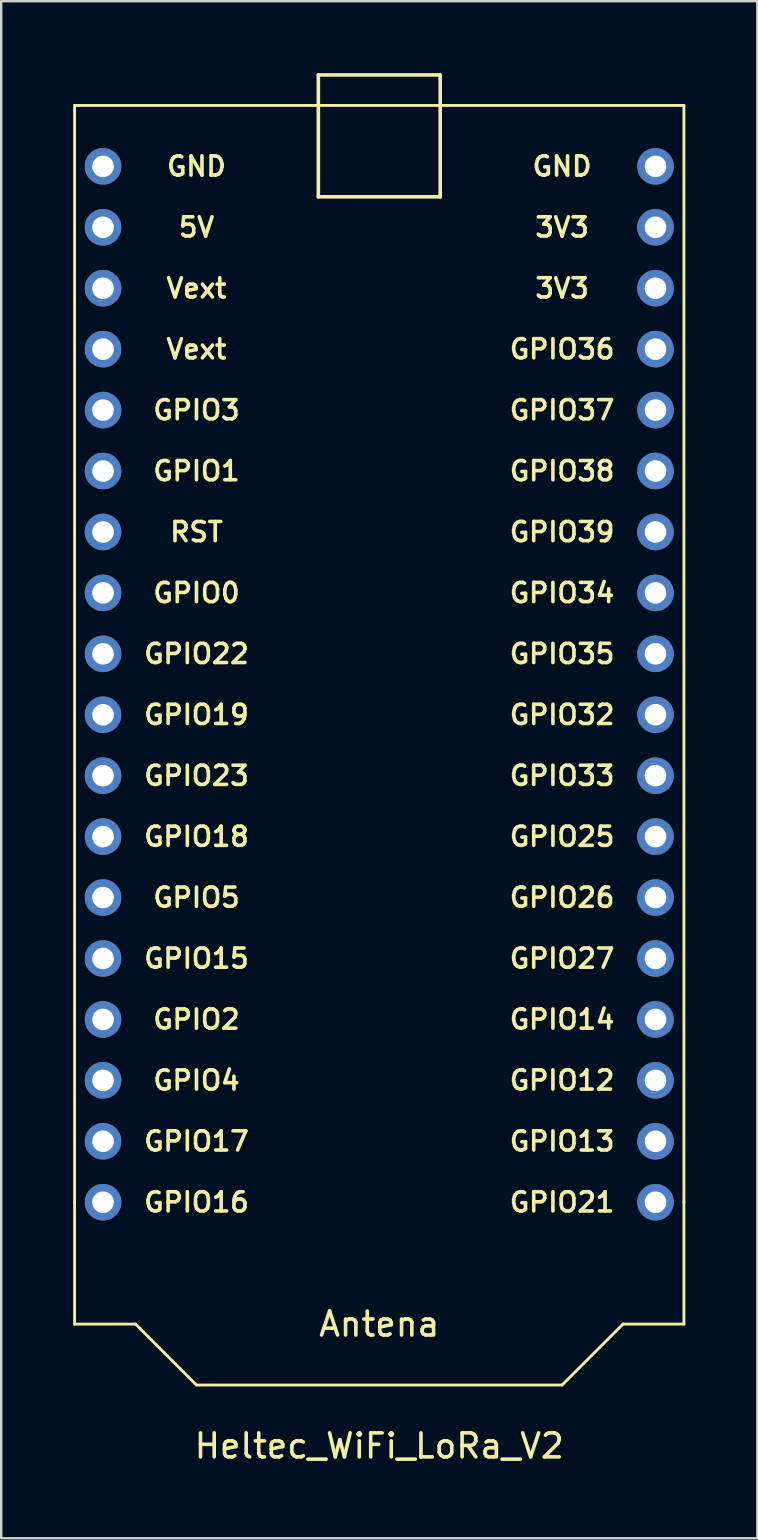
<source format=kicad_pcb>
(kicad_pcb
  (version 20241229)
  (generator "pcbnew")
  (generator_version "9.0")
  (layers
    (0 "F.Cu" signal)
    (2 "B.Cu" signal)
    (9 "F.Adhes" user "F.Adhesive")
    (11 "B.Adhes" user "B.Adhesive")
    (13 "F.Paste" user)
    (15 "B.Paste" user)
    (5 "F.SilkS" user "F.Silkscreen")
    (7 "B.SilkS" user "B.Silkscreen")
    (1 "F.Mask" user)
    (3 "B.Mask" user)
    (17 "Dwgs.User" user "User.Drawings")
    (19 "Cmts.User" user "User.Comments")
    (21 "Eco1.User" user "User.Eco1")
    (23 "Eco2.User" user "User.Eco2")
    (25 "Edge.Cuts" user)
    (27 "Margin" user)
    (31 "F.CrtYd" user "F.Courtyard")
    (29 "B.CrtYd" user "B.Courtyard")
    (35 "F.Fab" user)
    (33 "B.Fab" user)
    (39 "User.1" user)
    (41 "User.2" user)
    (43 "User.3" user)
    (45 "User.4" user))
  (footprint "Heltec_WiFi_LoRa_V2"
    (layer "F.Cu")
    (at 12.76 29.285)
    (property "Reference" "Heltec_WiFi_LoRa_V2" (at 0 27.94 0) (layer "F.SilkS") (effects (font (size 1 1) (thickness 0.15))))
    (attr through_hole)
    (fp_line (start -12.7 -27.94) (end -12.7 17.78) (stroke (width 0.12) (type solid)) (layer "F.SilkS"))
    (fp_line (start -12.7 -27.94) (end 12.7 -27.94) (stroke (width 0.12) (type solid)) (layer "F.SilkS"))
    (fp_line (start -12.7 17.78) (end -12.7 22.86) (stroke (width 0.12) (type solid)) (layer "F.SilkS"))
    (fp_line (start -12.7 22.86) (end -10.16 22.86) (stroke (width 0.12) (type solid)) (layer "F.SilkS"))
    (fp_line (start -10.16 22.86) (end -7.62 25.4) (stroke (width 0.12) (type solid)) (layer "F.SilkS"))
    (fp_line (start -7.62 25.4) (end 7.62 25.4) (stroke (width 0.12) (type solid)) (layer "F.SilkS"))
    (fp_line (start -2.54 -29.21) (end -2.54 -24.13) (stroke (width 0.15) (type solid)) (layer "F.SilkS"))
    (fp_line (start -2.54 -24.13) (end 2.54 -24.13) (stroke (width 0.15) (type solid)) (layer "F.SilkS"))
    (fp_line (start 2.54 -29.21) (end -2.54 -29.21) (stroke (width 0.15) (type solid)) (layer "F.SilkS"))
    (fp_line (start 2.54 -24.13) (end 2.54 -29.21) (stroke (width 0.15) (type solid)) (layer "F.SilkS"))
    (fp_line (start 7.62 25.4) (end 10.16 22.86) (stroke (width 0.12) (type solid)) (layer "F.SilkS"))
    (fp_line (start 10.16 22.86) (end 12.7 22.86) (stroke (width 0.12) (type solid)) (layer "F.SilkS"))
    (fp_line (start 12.7 17.78) (end 12.7 -27.94) (stroke (width 0.12) (type solid)) (layer "F.SilkS"))
    (fp_line (start 12.7 22.86) (end 12.7 17.78) (stroke (width 0.12) (type solid)) (layer "F.SilkS"))
    (fp_text user "GPIO33" (at 7.62 0 0) (layer "F.SilkS") (effects (font (size 0.8 0.8) (thickness 0.15))))
    (fp_text user "GPIO22" (at -7.62 -5.08 0) (layer "F.SilkS") (effects (font (size 0.8 0.8) (thickness 0.15))))
    (fp_text user "GPIO18" (at -7.62 2.54 0) (layer "F.SilkS") (effects (font (size 0.8 0.8) (thickness 0.15))))
    (fp_text user "GPIO13" (at 7.62 15.24 0) (layer "F.SilkS") (effects (font (size 0.8 0.8) (thickness 0.15))))
    (fp_text user "3V3" (at 7.62 -22.86 0) (layer "F.SilkS") (effects (font (size 0.8 0.8) (thickness 0.15))))
    (fp_text user "Vext" (at -7.62 -17.78 0) (layer "F.SilkS") (effects (font (size 0.8 0.8) (thickness 0.15))))
    (fp_text user "GPIO35" (at 7.62 -5.08 0) (layer "F.SilkS") (effects (font (size 0.8 0.8) (thickness 0.15))))
    (fp_text user "GPIO0" (at -7.62 -7.62 0) (layer "F.SilkS") (effects (font (size 0.8 0.8) (thickness 0.15))))
    (fp_text user "GPIO16" (at -7.62 17.78 0) (layer "F.SilkS") (effects (font (size 0.8 0.8) (thickness 0.15))))
    (fp_text user "GND" (at -7.62 -25.4 0) (layer "F.SilkS") (effects (font (size 0.8 0.8) (thickness 0.15))))
    (fp_text user "GPIO36" (at 7.62 -17.78 0) (layer "F.SilkS") (effects (font (size 0.8 0.8) (thickness 0.15))))
    (fp_text user "GPIO39" (at 7.62 -10.16 0) (layer "F.SilkS") (effects (font (size 0.8 0.8) (thickness 0.15))))
    (fp_text user "Vext" (at -7.62 -20.32 0) (layer "F.SilkS") (effects (font (size 0.8 0.8) (thickness 0.15))))
    (fp_text user "GPIO37" (at 7.62 -15.24 0) (layer "F.SilkS") (effects (font (size 0.8 0.8) (thickness 0.15))))
    (fp_text user "Antena" (at 0 22.86 0) (layer "F.SilkS") (effects (font (size 1 1) (thickness 0.15))))
    (fp_text user "RST" (at -7.62 -10.16 0) (layer "F.SilkS") (effects (font (size 0.8 0.8) (thickness 0.15))))
    (fp_text user "GPIO19" (at -7.62 -2.54 0) (layer "F.SilkS") (effects (font (size 0.8 0.8) (thickness 0.15))))
    (fp_text user "GPIO38" (at 7.62 -12.7 0) (layer "F.SilkS") (effects (font (size 0.8 0.8) (thickness 0.15))))
    (fp_text user "GPIO25" (at 7.62 2.54 0) (layer "F.SilkS") (effects (font (size 0.8 0.8) (thickness 0.15))))
    (fp_text user "GPIO3" (at -7.62 -15.24 0) (layer "F.SilkS") (effects (font (size 0.8 0.8) (thickness 0.15))))
    (fp_text user "GPIO27" (at 7.62 7.62 0) (layer "F.SilkS") (effects (font (size 0.8 0.8) (thickness 0.15))))
    (fp_text user "GPIO5" (at -7.62 5.08 0) (layer "F.SilkS") (effects (font (size 0.8 0.8) (thickness 0.15))))
    (fp_text user "GPIO26" (at 7.62 5.08 0) (layer "F.SilkS") (effects (font (size 0.8 0.8) (thickness 0.15))))
    (fp_text user "GPIO4" (at -7.62 12.7 0) (layer "F.SilkS") (effects (font (size 0.8 0.8) (thickness 0.15))))
    (fp_text user "GPIO17" (at -7.62 15.24 0) (layer "F.SilkS") (effects (font (size 0.8 0.8) (thickness 0.15))))
    (fp_text user "GPIO34" (at 7.62 -7.62 0) (layer "F.SilkS") (effects (font (size 0.8 0.8) (thickness 0.15))))
    (fp_text user "GPIO2" (at -7.62 10.16 0) (layer "F.SilkS") (effects (font (size 0.8 0.8) (thickness 0.15))))
    (fp_text user "GPIO1" (at -7.62 -12.7 0) (layer "F.SilkS") (effects (font (size 0.8 0.8) (thickness 0.15))))
    (fp_text user "GND" (at 7.62 -25.4 0) (layer "F.SilkS") (effects (font (size 0.8 0.8) (thickness 0.15))))
    (fp_text user "GPIO15" (at -7.62 7.62 0) (layer "F.SilkS") (effects (font (size 0.8 0.8) (thickness 0.15))))
    (fp_text user "GPIO32" (at 7.62 -2.54 0) (layer "F.SilkS") (effects (font (size 0.8 0.8) (thickness 0.15))))
    (fp_text user "GPIO12" (at 7.62 12.7 0) (layer "F.SilkS") (effects (font (size 0.8 0.8) (thickness 0.15))))
    (fp_text user "3V3" (at 7.62 -20.32 0) (layer "F.SilkS") (effects (font (size 0.8 0.8) (thickness 0.15))))
    (fp_text user "5V" (at -7.62 -22.86 0) (layer "F.SilkS") (effects (font (size 0.8 0.8) (thickness 0.15))))
    (fp_text user "GPIO21" (at 7.62 17.78 0) (layer "F.SilkS") (effects (font (size 0.8 0.8) (thickness 0.15))))
    (fp_text user "GPIO14" (at 7.62 10.16 0) (layer "F.SilkS") (effects (font (size 0.8 0.8) (thickness 0.15))))
    (fp_text user "GPIO23" (at -7.62 0 0) (layer "F.SilkS") (effects (font (size 0.8 0.8) (thickness 0.15))))
    (pad "1" thru_hole circle (at -11.515 -25.4) (size 1.524 1.524) (drill 0.9) (layers "*.Cu" "*.Mask"))
    (pad "2" thru_hole circle (at -11.515 -22.86) (size 1.524 1.524) (drill 0.9) (layers "*.Cu" "*.Mask"))
    (pad "3" thru_hole circle (at -11.515 -20.32) (size 1.524 1.524) (drill 0.9) (layers "*.Cu" "*.Mask"))
    (pad "4" thru_hole circle (at -11.515 -17.78) (size 1.524 1.524) (drill 0.9) (layers "*.Cu" "*.Mask"))
    (pad "5" thru_hole circle (at -11.515 -15.24) (size 1.524 1.524) (drill 0.9) (layers "*.Cu" "*.Mask"))
    (pad "6" thru_hole circle (at -11.515 -12.7) (size 1.524 1.524) (drill 0.9) (layers "*.Cu" "*.Mask"))
    (pad "7" thru_hole circle (at -11.515 -10.16) (size 1.524 1.524) (drill 0.9) (layers "*.Cu" "*.Mask"))
    (pad "8" thru_hole circle (at -11.515 -7.62) (size 1.524 1.524) (drill 0.9) (layers "*.Cu" "*.Mask"))
    (pad "9" thru_hole circle (at -11.515 -5.08) (size 1.524 1.524) (drill 0.9) (layers "*.Cu" "*.Mask"))
    (pad "10" thru_hole circle (at -11.515 -2.54) (size 1.524 1.524) (drill 0.9) (layers "*.Cu" "*.Mask"))
    (pad "11" thru_hole circle (at -11.515 0) (size 1.524 1.524) (drill 0.9) (layers "*.Cu" "*.Mask"))
    (pad "12" thru_hole circle (at -11.515 2.54) (size 1.524 1.524) (drill 0.9) (layers "*.Cu" "*.Mask"))
    (pad "13" thru_hole circle (at -11.515 5.08) (size 1.524 1.524) (drill 0.9) (layers "*.Cu" "*.Mask"))
    (pad "14" thru_hole circle (at -11.515 7.62) (size 1.524 1.524) (drill 0.9) (layers "*.Cu" "*.Mask"))
    (pad "15" thru_hole circle (at -11.515 10.16) (size 1.524 1.524) (drill 0.9) (layers "*.Cu" "*.Mask"))
    (pad "16" thru_hole circle (at -11.515 12.7) (size 1.524 1.524) (drill 0.9) (layers "*.Cu" "*.Mask"))
    (pad "17" thru_hole circle (at -11.515 15.24) (size 1.524 1.524) (drill 0.9) (layers "*.Cu" "*.Mask"))
    (pad "18" thru_hole circle (at -11.515 17.78) (size 1.524 1.524) (drill 0.9) (layers "*.Cu" "*.Mask"))
    (pad "19" thru_hole circle (at 11.515 17.78) (size 1.524 1.524) (drill 0.9) (layers "*.Cu" "*.Mask"))
    (pad "20" thru_hole circle (at 11.515 15.24) (size 1.524 1.524) (drill 0.9) (layers "*.Cu" "*.Mask"))
    (pad "21" thru_hole circle (at 11.515 12.7) (size 1.524 1.524) (drill 0.9) (layers "*.Cu" "*.Mask"))
    (pad "22" thru_hole circle (at 11.515 10.16) (size 1.524 1.524) (drill 0.9) (layers "*.Cu" "*.Mask"))
    (pad "23" thru_hole circle (at 11.515 7.62) (size 1.524 1.524) (drill 0.9) (layers "*.Cu" "*.Mask"))
    (pad "24" thru_hole circle (at 11.515 5.08) (size 1.524 1.524) (drill 0.9) (layers "*.Cu" "*.Mask"))
    (pad "25" thru_hole circle (at 11.515 2.54) (size 1.524 1.524) (drill 0.9) (layers "*.Cu" "*.Mask"))
    (pad "26" thru_hole circle (at 11.515 0) (size 1.524 1.524) (drill 0.9) (layers "*.Cu" "*.Mask"))
    (pad "27" thru_hole circle (at 11.515 -2.54) (size 1.524 1.524) (drill 0.9) (layers "*.Cu" "*.Mask"))
    (pad "28" thru_hole circle (at 11.515 -5.08) (size 1.524 1.524) (drill 0.9) (layers "*.Cu" "*.Mask"))
    (pad "29" thru_hole circle (at 11.515 -7.62) (size 1.524 1.524) (drill 0.9) (layers "*.Cu" "*.Mask"))
    (pad "30" thru_hole circle (at 11.515 -10.16) (size 1.524 1.524) (drill 0.9) (layers "*.Cu" "*.Mask"))
    (pad "31" thru_hole circle (at 11.515 -12.7) (size 1.524 1.524) (drill 0.9) (layers "*.Cu" "*.Mask"))
    (pad "32" thru_hole circle (at 11.515 -15.24) (size 1.524 1.524) (drill 0.9) (layers "*.Cu" "*.Mask"))
    (pad "33" thru_hole circle (at 11.515 -17.78) (size 1.524 1.524) (drill 0.9) (layers "*.Cu" "*.Mask"))
    (pad "34" thru_hole circle (at 11.515 -20.32) (size 1.524 1.524) (drill 0.9) (layers "*.Cu" "*.Mask"))
    (pad "35" thru_hole circle (at 11.515 -22.86) (size 1.524 1.524) (drill 0.9) (layers "*.Cu" "*.Mask"))
    (pad "36" thru_hole circle (at 11.515 -25.4) (size 1.524 1.524) (drill 0.9) (layers "*.Cu" "*.Mask")))
  (gr_rect
    (start -3 -3)
    (end 28.52 61.073)
    (stroke (width 0.1) (type default))
    (fill no)
    (layer "Edge.Cuts")))
</source>
